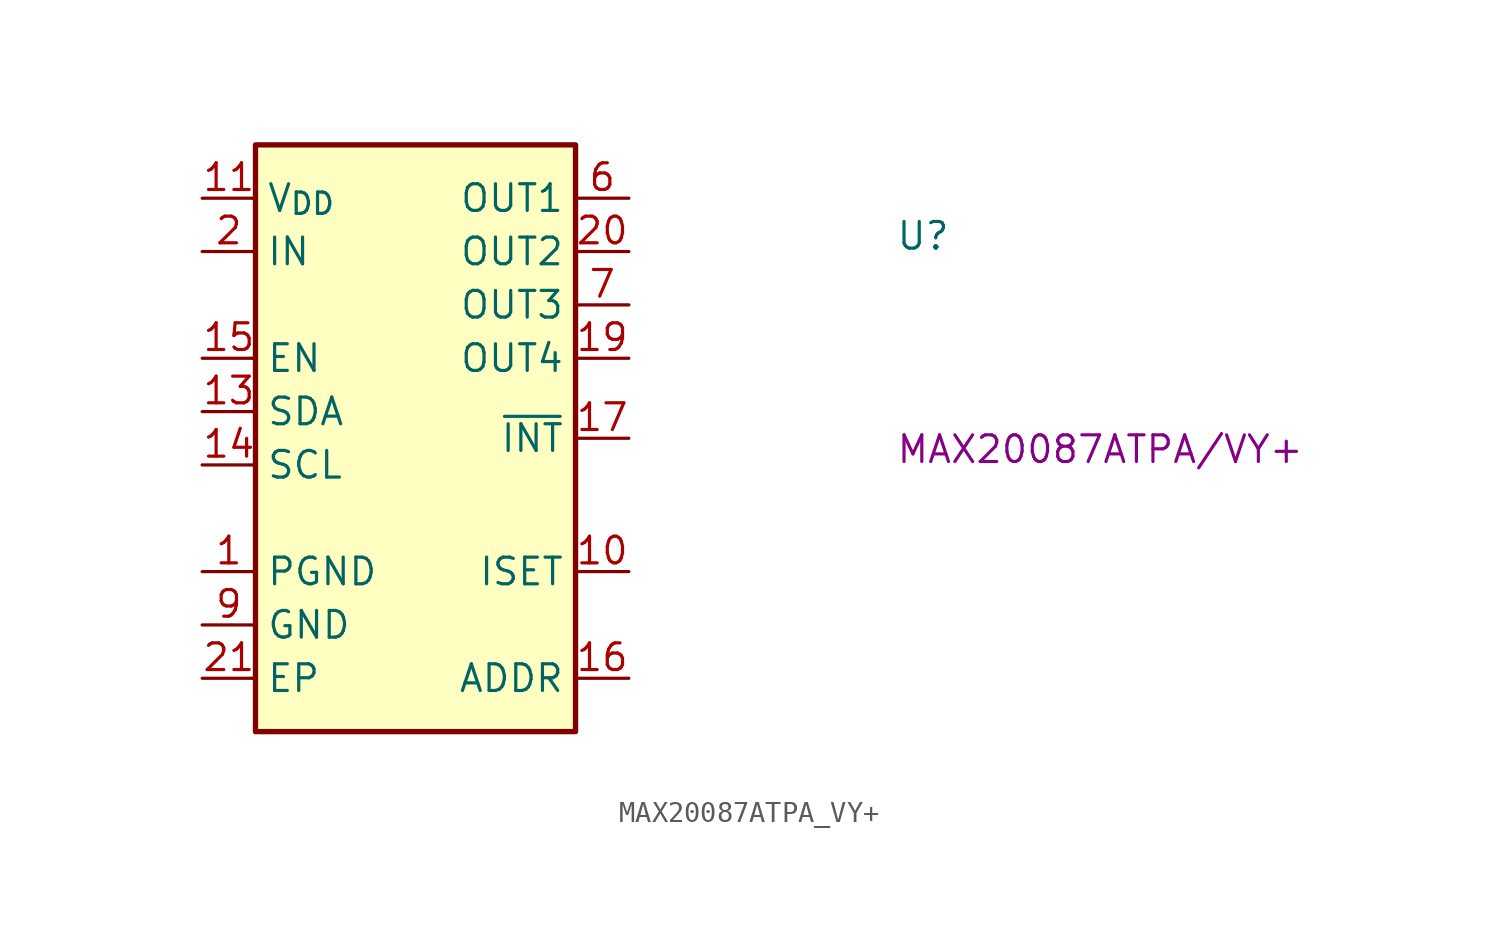
<source format=kicad_sym>
(kicad_symbol_lib
  (version 20220914)
  (generator kicad_symbol_editor)
  (symbol "MAX20087ATPA_VY+"
    (property "Reference" "U"
      (at 33.02 -2.54 0)
      (effects (font (size 1.27 1.27) (thickness 0.15)) (justify left bottom)))
    (property "MPN" "MAX20087ATPA/VY+"
      (at 33.02 -12.7 0)
      (effects (font (size 1.27 1.27) (thickness 0.15)) (justify left bottom)))
    (symbol "MAX20087ATPA_VY+_1_1"
      (rectangle (start 2.54 2.54) (end 17.78 -25.4) (stroke (width 0.254) (type default)) (fill (type background)))
      (pin power_in line (at 0 -17.78 0) (length 2.54) (name "PGND" (effects (font (size 1.27 1.27)))) (number "1" (effects (font (size 1.27 1.27)))))
      (pin passive line (at 20.32 -17.78 180) (length 2.54) (name "ISET" (effects (font (size 1.27 1.27)))) (number "10" (effects (font (size 1.27 1.27)))))
      (pin power_in line (at 0 0 0) (length 2.54) (name "V_{DD}" (effects (font (size 1.27 1.27)))) (number "11" (effects (font (size 1.27 1.27)))))
      (pin passive line (at 0 -20.32 0) (length 2.54) hide (name "GND" (effects (font (size 1.27 1.27)))) (number "12" (effects (font (size 1.27 1.27)))))
      (pin bidirectional line (at 0 -10.16 0) (length 2.54) (name "SDA" (effects (font (size 1.27 1.27)))) (number "13" (effects (font (size 1.27 1.27)))))
      (pin input line (at 0 -12.7 0) (length 2.54) (name "SCL" (effects (font (size 1.27 1.27)))) (number "14" (effects (font (size 1.27 1.27)))))
      (pin input line (at 0 -7.62 0) (length 2.54) (name "EN" (effects (font (size 1.27 1.27)))) (number "15" (effects (font (size 1.27 1.27)))))
      (pin passive line (at 20.32 -22.86 180) (length 2.54) (name "ADDR" (effects (font (size 1.27 1.27)))) (number "16" (effects (font (size 1.27 1.27)))))
      (pin output line (at 20.32 -11.43 180) (length 2.54) (name "~{INT}" (effects (font (size 1.27 1.27)))) (number "17" (effects (font (size 1.27 1.27)))))
      (pin no_connect line (at 17.78 -15.24 180) (length 2.54) hide (name "NC" (effects (font (size 1.27 1.27)))) (number "18" (effects (font (size 1.27 1.27)))))
      (pin power_out line (at 20.32 -7.62 180) (length 2.54) (name "OUT4" (effects (font (size 1.27 1.27)))) (number "19" (effects (font (size 1.27 1.27)))))
      (pin power_in line (at 0 -2.54 0) (length 2.54) (name "IN" (effects (font (size 1.27 1.27)))) (number "2" (effects (font (size 1.27 1.27)))))
      (pin power_out line (at 20.32 -2.54 180) (length 2.54) (name "OUT2" (effects (font (size 1.27 1.27)))) (number "20" (effects (font (size 1.27 1.27)))))
      (pin power_out line (at 0 -22.86 0) (length 2.54) (name "EP" (effects (font (size 1.27 1.27)))) (number "21" (effects (font (size 1.27 1.27)))))
      (pin passive line (at 0 -2.54 0) (length 2.54) hide (name "IN" (effects (font (size 1.27 1.27)))) (number "3" (effects (font (size 1.27 1.27)))))
      (pin passive line (at 0 -2.54 0) (length 2.54) hide (name "IN" (effects (font (size 1.27 1.27)))) (number "4" (effects (font (size 1.27 1.27)))))
      (pin passive line (at 0 -17.78 0) (length 2.54) hide (name "PGND" (effects (font (size 1.27 1.27)))) (number "5" (effects (font (size 1.27 1.27)))))
      (pin power_out line (at 20.32 0 180) (length 2.54) (name "OUT1" (effects (font (size 1.27 1.27)))) (number "6" (effects (font (size 1.27 1.27)))))
      (pin power_out line (at 20.32 -5.08 180) (length 2.54) (name "OUT3" (effects (font (size 1.27 1.27)))) (number "7" (effects (font (size 1.27 1.27)))))
      (pin no_connect line (at 17.78 -13.97 180) (length 2.54) hide (name "NC" (effects (font (size 1.27 1.27)))) (number "8" (effects (font (size 1.27 1.27)))))
      (pin power_in line (at 0 -20.32 0) (length 2.54) (name "GND" (effects (font (size 1.27 1.27)))) (number "9" (effects (font (size 1.27 1.27))))))))
</source>
